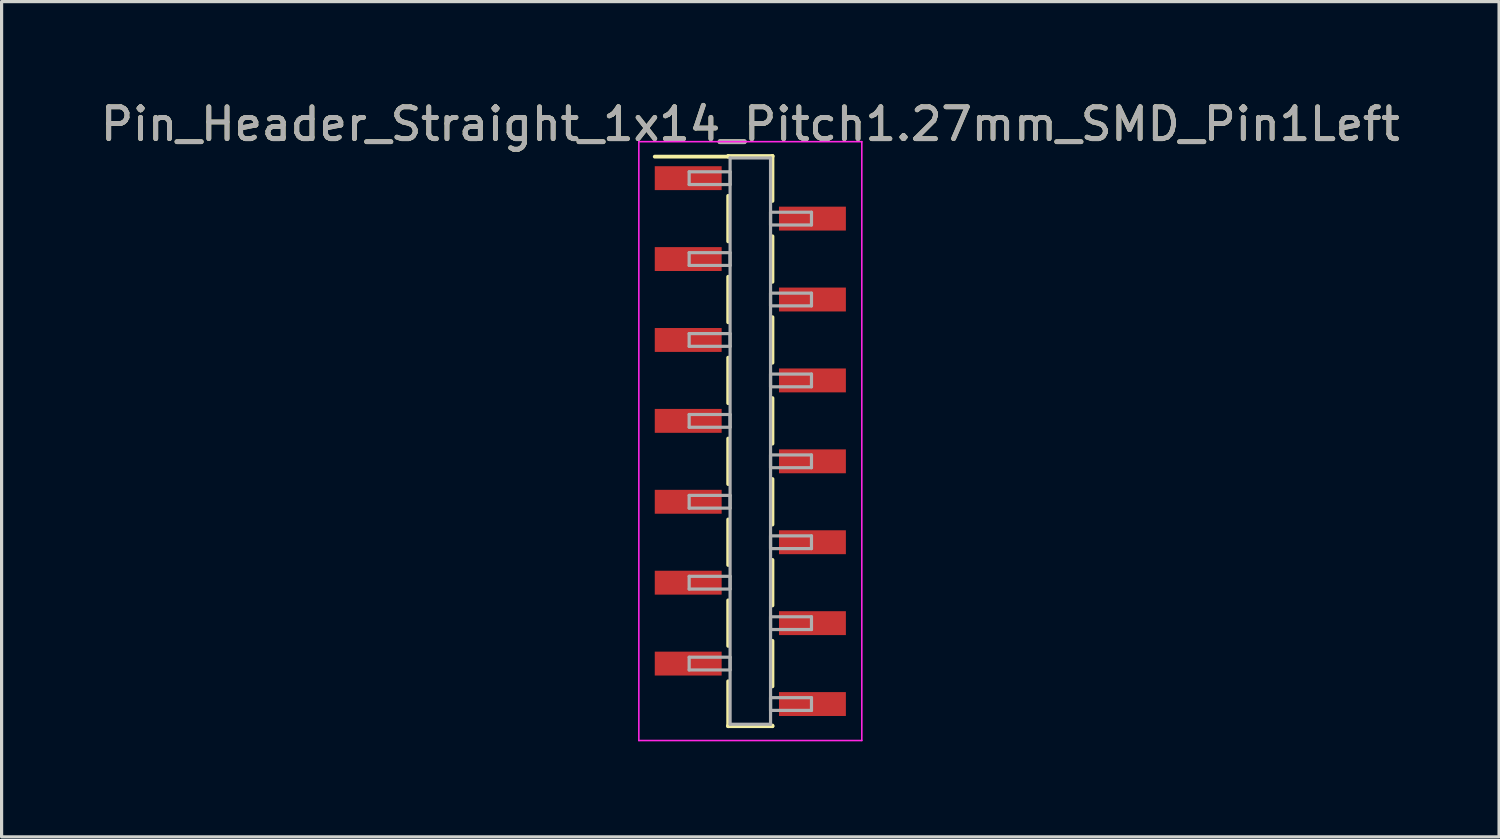
<source format=kicad_pcb>
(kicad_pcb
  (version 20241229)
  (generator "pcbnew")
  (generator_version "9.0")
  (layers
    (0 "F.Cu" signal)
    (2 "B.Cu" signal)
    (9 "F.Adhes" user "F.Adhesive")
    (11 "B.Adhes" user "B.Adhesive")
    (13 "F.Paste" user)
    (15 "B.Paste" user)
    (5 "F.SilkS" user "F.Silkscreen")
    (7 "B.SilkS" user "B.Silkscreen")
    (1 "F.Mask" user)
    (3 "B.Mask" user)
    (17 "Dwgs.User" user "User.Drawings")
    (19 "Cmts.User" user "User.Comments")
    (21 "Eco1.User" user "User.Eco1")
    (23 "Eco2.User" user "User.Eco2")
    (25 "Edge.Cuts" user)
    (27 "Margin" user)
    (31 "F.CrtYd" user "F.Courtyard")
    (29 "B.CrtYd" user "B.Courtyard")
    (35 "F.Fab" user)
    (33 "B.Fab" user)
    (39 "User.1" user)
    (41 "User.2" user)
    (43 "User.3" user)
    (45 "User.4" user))
  (footprint "Pin_Header_Straight_1x14_Pitch1.27mm_SMD_Pin1Left"
    (layer "F.Cu")
    (at 20.506 10.798)
    (property "Reference" "Pin_Header_Straight_1x14_Pitch1.27mm_SMD_Pin1Left" (at 0 -9.95 0) (layer "F.SilkS") (effects (font (size 1 1) (thickness 0.15))))
    (attr smd)
    (fp_line (start -0.695 -8.95) (end 0.695 -8.95) (stroke (width 0.12) (type solid)) (layer "F.SilkS"))
    (fp_line (start -0.695 -8.93) (end -3 -8.93) (stroke (width 0.12) (type solid)) (layer "F.SilkS"))
    (fp_line (start -0.695 -8.93) (end -0.695 -8.95) (stroke (width 0.12) (type solid)) (layer "F.SilkS"))
    (fp_line (start -0.695 -7.7) (end -0.695 -6.27) (stroke (width 0.12) (type solid)) (layer "F.SilkS"))
    (fp_line (start -0.695 -5.16) (end -0.695 -3.73) (stroke (width 0.12) (type solid)) (layer "F.SilkS"))
    (fp_line (start -0.695 -2.62) (end -0.695 -1.19) (stroke (width 0.12) (type solid)) (layer "F.SilkS"))
    (fp_line (start -0.695 -0.08) (end -0.695 1.35) (stroke (width 0.12) (type solid)) (layer "F.SilkS"))
    (fp_line (start -0.695 2.46) (end -0.695 3.89) (stroke (width 0.12) (type solid)) (layer "F.SilkS"))
    (fp_line (start -0.695 5) (end -0.695 6.43) (stroke (width 0.12) (type solid)) (layer "F.SilkS"))
    (fp_line (start -0.695 7.54) (end -0.695 8.95) (stroke (width 0.12) (type solid)) (layer "F.SilkS"))
    (fp_line (start -0.695 8.93) (end -0.695 8.95) (stroke (width 0.12) (type solid)) (layer "F.SilkS"))
    (fp_line (start -0.695 8.95) (end 0.695 8.95) (stroke (width 0.12) (type solid)) (layer "F.SilkS"))
    (fp_line (start 0.695 -8.95) (end 0.695 -8.93) (stroke (width 0.12) (type solid)) (layer "F.SilkS"))
    (fp_line (start 0.695 -8.95) (end 0.695 -7.54) (stroke (width 0.12) (type solid)) (layer "F.SilkS"))
    (fp_line (start 0.695 -6.43) (end 0.695 -5) (stroke (width 0.12) (type solid)) (layer "F.SilkS"))
    (fp_line (start 0.695 -3.89) (end 0.695 -2.46) (stroke (width 0.12) (type solid)) (layer "F.SilkS"))
    (fp_line (start 0.695 -1.35) (end 0.695 0.08) (stroke (width 0.12) (type solid)) (layer "F.SilkS"))
    (fp_line (start 0.695 1.19) (end 0.695 2.62) (stroke (width 0.12) (type solid)) (layer "F.SilkS"))
    (fp_line (start 0.695 3.73) (end 0.695 5.16) (stroke (width 0.12) (type solid)) (layer "F.SilkS"))
    (fp_line (start 0.695 6.27) (end 0.695 7.7) (stroke (width 0.12) (type solid)) (layer "F.SilkS"))
    (fp_line (start 0.695 8.95) (end 0.695 8.93) (stroke (width 0.12) (type solid)) (layer "F.SilkS"))
    (fp_line (start -3.5 -9.4) (end -3.5 9.4) (stroke (width 0.05) (type solid)) (layer "F.CrtYd"))
    (fp_line (start -3.5 9.4) (end 3.5 9.4) (stroke (width 0.05) (type solid)) (layer "F.CrtYd"))
    (fp_line (start 3.5 -9.4) (end -3.5 -9.4) (stroke (width 0.05) (type solid)) (layer "F.CrtYd"))
    (fp_line (start 3.5 9.4) (end 3.5 -9.4) (stroke (width 0.05) (type solid)) (layer "F.CrtYd"))
    (fp_line (start -1.92 -8.455) (end -0.635 -8.455) (stroke (width 0.1) (type solid)) (layer "F.Fab"))
    (fp_line (start -1.92 -8.055) (end -1.92 -8.455) (stroke (width 0.1) (type solid)) (layer "F.Fab"))
    (fp_line (start -1.92 -5.915) (end -0.635 -5.915) (stroke (width 0.1) (type solid)) (layer "F.Fab"))
    (fp_line (start -1.92 -5.515) (end -1.92 -5.915) (stroke (width 0.1) (type solid)) (layer "F.Fab"))
    (fp_line (start -1.92 -3.375) (end -0.635 -3.375) (stroke (width 0.1) (type solid)) (layer "F.Fab"))
    (fp_line (start -1.92 -2.975) (end -1.92 -3.375) (stroke (width 0.1) (type solid)) (layer "F.Fab"))
    (fp_line (start -1.92 -0.835) (end -0.635 -0.835) (stroke (width 0.1) (type solid)) (layer "F.Fab"))
    (fp_line (start -1.92 -0.435) (end -1.92 -0.835) (stroke (width 0.1) (type solid)) (layer "F.Fab"))
    (fp_line (start -1.92 1.705) (end -0.635 1.705) (stroke (width 0.1) (type solid)) (layer "F.Fab"))
    (fp_line (start -1.92 2.105) (end -1.92 1.705) (stroke (width 0.1) (type solid)) (layer "F.Fab"))
    (fp_line (start -1.92 4.245) (end -0.635 4.245) (stroke (width 0.1) (type solid)) (layer "F.Fab"))
    (fp_line (start -1.92 4.645) (end -1.92 4.245) (stroke (width 0.1) (type solid)) (layer "F.Fab"))
    (fp_line (start -1.92 6.785) (end -0.635 6.785) (stroke (width 0.1) (type solid)) (layer "F.Fab"))
    (fp_line (start -1.92 7.185) (end -1.92 6.785) (stroke (width 0.1) (type solid)) (layer "F.Fab"))
    (fp_line (start -0.635 -8.89) (end -0.635 8.89) (stroke (width 0.1) (type solid)) (layer "F.Fab"))
    (fp_line (start -0.635 -8.455) (end -0.635 -8.055) (stroke (width 0.1) (type solid)) (layer "F.Fab"))
    (fp_line (start -0.635 -8.055) (end -1.92 -8.055) (stroke (width 0.1) (type solid)) (layer "F.Fab"))
    (fp_line (start -0.635 -5.915) (end -0.635 -5.515) (stroke (width 0.1) (type solid)) (layer "F.Fab"))
    (fp_line (start -0.635 -5.515) (end -1.92 -5.515) (stroke (width 0.1) (type solid)) (layer "F.Fab"))
    (fp_line (start -0.635 -3.375) (end -0.635 -2.975) (stroke (width 0.1) (type solid)) (layer "F.Fab"))
    (fp_line (start -0.635 -2.975) (end -1.92 -2.975) (stroke (width 0.1) (type solid)) (layer "F.Fab"))
    (fp_line (start -0.635 -0.835) (end -0.635 -0.435) (stroke (width 0.1) (type solid)) (layer "F.Fab"))
    (fp_line (start -0.635 -0.435) (end -1.92 -0.435) (stroke (width 0.1) (type solid)) (layer "F.Fab"))
    (fp_line (start -0.635 1.705) (end -0.635 2.105) (stroke (width 0.1) (type solid)) (layer "F.Fab"))
    (fp_line (start -0.635 2.105) (end -1.92 2.105) (stroke (width 0.1) (type solid)) (layer "F.Fab"))
    (fp_line (start -0.635 4.245) (end -0.635 4.645) (stroke (width 0.1) (type solid)) (layer "F.Fab"))
    (fp_line (start -0.635 4.645) (end -1.92 4.645) (stroke (width 0.1) (type solid)) (layer "F.Fab"))
    (fp_line (start -0.635 6.785) (end -0.635 7.185) (stroke (width 0.1) (type solid)) (layer "F.Fab"))
    (fp_line (start -0.635 7.185) (end -1.92 7.185) (stroke (width 0.1) (type solid)) (layer "F.Fab"))
    (fp_line (start -0.635 8.89) (end 0.635 8.89) (stroke (width 0.1) (type solid)) (layer "F.Fab"))
    (fp_line (start 0.635 -8.89) (end -0.635 -8.89) (stroke (width 0.1) (type solid)) (layer "F.Fab"))
    (fp_line (start 0.635 -7.185) (end 0.635 -6.785) (stroke (width 0.1) (type solid)) (layer "F.Fab"))
    (fp_line (start 0.635 -6.785) (end 1.92 -6.785) (stroke (width 0.1) (type solid)) (layer "F.Fab"))
    (fp_line (start 0.635 -4.645) (end 0.635 -4.245) (stroke (width 0.1) (type solid)) (layer "F.Fab"))
    (fp_line (start 0.635 -4.245) (end 1.92 -4.245) (stroke (width 0.1) (type solid)) (layer "F.Fab"))
    (fp_line (start 0.635 -2.105) (end 0.635 -1.705) (stroke (width 0.1) (type solid)) (layer "F.Fab"))
    (fp_line (start 0.635 -1.705) (end 1.92 -1.705) (stroke (width 0.1) (type solid)) (layer "F.Fab"))
    (fp_line (start 0.635 0.435) (end 0.635 0.835) (stroke (width 0.1) (type solid)) (layer "F.Fab"))
    (fp_line (start 0.635 0.835) (end 1.92 0.835) (stroke (width 0.1) (type solid)) (layer "F.Fab"))
    (fp_line (start 0.635 2.975) (end 0.635 3.375) (stroke (width 0.1) (type solid)) (layer "F.Fab"))
    (fp_line (start 0.635 3.375) (end 1.92 3.375) (stroke (width 0.1) (type solid)) (layer "F.Fab"))
    (fp_line (start 0.635 5.515) (end 0.635 5.915) (stroke (width 0.1) (type solid)) (layer "F.Fab"))
    (fp_line (start 0.635 5.915) (end 1.92 5.915) (stroke (width 0.1) (type solid)) (layer "F.Fab"))
    (fp_line (start 0.635 8.055) (end 0.635 8.455) (stroke (width 0.1) (type solid)) (layer "F.Fab"))
    (fp_line (start 0.635 8.455) (end 1.92 8.455) (stroke (width 0.1) (type solid)) (layer "F.Fab"))
    (fp_line (start 0.635 8.89) (end 0.635 -8.89) (stroke (width 0.1) (type solid)) (layer "F.Fab"))
    (fp_line (start 1.92 -7.185) (end 0.635 -7.185) (stroke (width 0.1) (type solid)) (layer "F.Fab"))
    (fp_line (start 1.92 -6.785) (end 1.92 -7.185) (stroke (width 0.1) (type solid)) (layer "F.Fab"))
    (fp_line (start 1.92 -4.645) (end 0.635 -4.645) (stroke (width 0.1) (type solid)) (layer "F.Fab"))
    (fp_line (start 1.92 -4.245) (end 1.92 -4.645) (stroke (width 0.1) (type solid)) (layer "F.Fab"))
    (fp_line (start 1.92 -2.105) (end 0.635 -2.105) (stroke (width 0.1) (type solid)) (layer "F.Fab"))
    (fp_line (start 1.92 -1.705) (end 1.92 -2.105) (stroke (width 0.1) (type solid)) (layer "F.Fab"))
    (fp_line (start 1.92 0.435) (end 0.635 0.435) (stroke (width 0.1) (type solid)) (layer "F.Fab"))
    (fp_line (start 1.92 0.835) (end 1.92 0.435) (stroke (width 0.1) (type solid)) (layer "F.Fab"))
    (fp_line (start 1.92 2.975) (end 0.635 2.975) (stroke (width 0.1) (type solid)) (layer "F.Fab"))
    (fp_line (start 1.92 3.375) (end 1.92 2.975) (stroke (width 0.1) (type solid)) (layer "F.Fab"))
    (fp_line (start 1.92 5.515) (end 0.635 5.515) (stroke (width 0.1) (type solid)) (layer "F.Fab"))
    (fp_line (start 1.92 5.915) (end 1.92 5.515) (stroke (width 0.1) (type solid)) (layer "F.Fab"))
    (fp_line (start 1.92 8.055) (end 0.635 8.055) (stroke (width 0.1) (type solid)) (layer "F.Fab"))
    (fp_line (start 1.92 8.455) (end 1.92 8.055) (stroke (width 0.1) (type solid)) (layer "F.Fab"))
    (fp_text user "${REFERENCE}" (at 0 -9.95 0) (layer "F.Fab") (effects (font (size 1 1) (thickness 0.15))))
    (pad "1" smd rect (at -1.95 -8.255) (size 2.1 0.75) (layers "F.Cu" "F.Mask" "F.Paste"))
    (pad "2" smd rect (at 1.95 -6.985) (size 2.1 0.75) (layers "F.Cu" "F.Mask" "F.Paste"))
    (pad "3" smd rect (at -1.95 -5.715) (size 2.1 0.75) (layers "F.Cu" "F.Mask" "F.Paste"))
    (pad "4" smd rect (at 1.95 -4.445) (size 2.1 0.75) (layers "F.Cu" "F.Mask" "F.Paste"))
    (pad "5" smd rect (at -1.95 -3.175) (size 2.1 0.75) (layers "F.Cu" "F.Mask" "F.Paste"))
    (pad "6" smd rect (at 1.95 -1.905) (size 2.1 0.75) (layers "F.Cu" "F.Mask" "F.Paste"))
    (pad "7" smd rect (at -1.95 -0.635) (size 2.1 0.75) (layers "F.Cu" "F.Mask" "F.Paste"))
    (pad "8" smd rect (at 1.95 0.635) (size 2.1 0.75) (layers "F.Cu" "F.Mask" "F.Paste"))
    (pad "9" smd rect (at -1.95 1.905) (size 2.1 0.75) (layers "F.Cu" "F.Mask" "F.Paste"))
    (pad "10" smd rect (at 1.95 3.175) (size 2.1 0.75) (layers "F.Cu" "F.Mask" "F.Paste"))
    (pad "11" smd rect (at -1.95 4.445) (size 2.1 0.75) (layers "F.Cu" "F.Mask" "F.Paste"))
    (pad "12" smd rect (at 1.95 5.715) (size 2.1 0.75) (layers "F.Cu" "F.Mask" "F.Paste"))
    (pad "13" smd rect (at -1.95 6.985) (size 2.1 0.75) (layers "F.Cu" "F.Mask" "F.Paste"))
    (pad "14" smd rect (at 1.95 8.255) (size 2.1 0.75) (layers "F.Cu" "F.Mask" "F.Paste")))
  (gr_rect
    (start -3 -3)
    (end 44.012 23.223)
    (stroke (width 0.1) (type default))
    (fill no)
    (layer "Edge.Cuts")))
</source>
